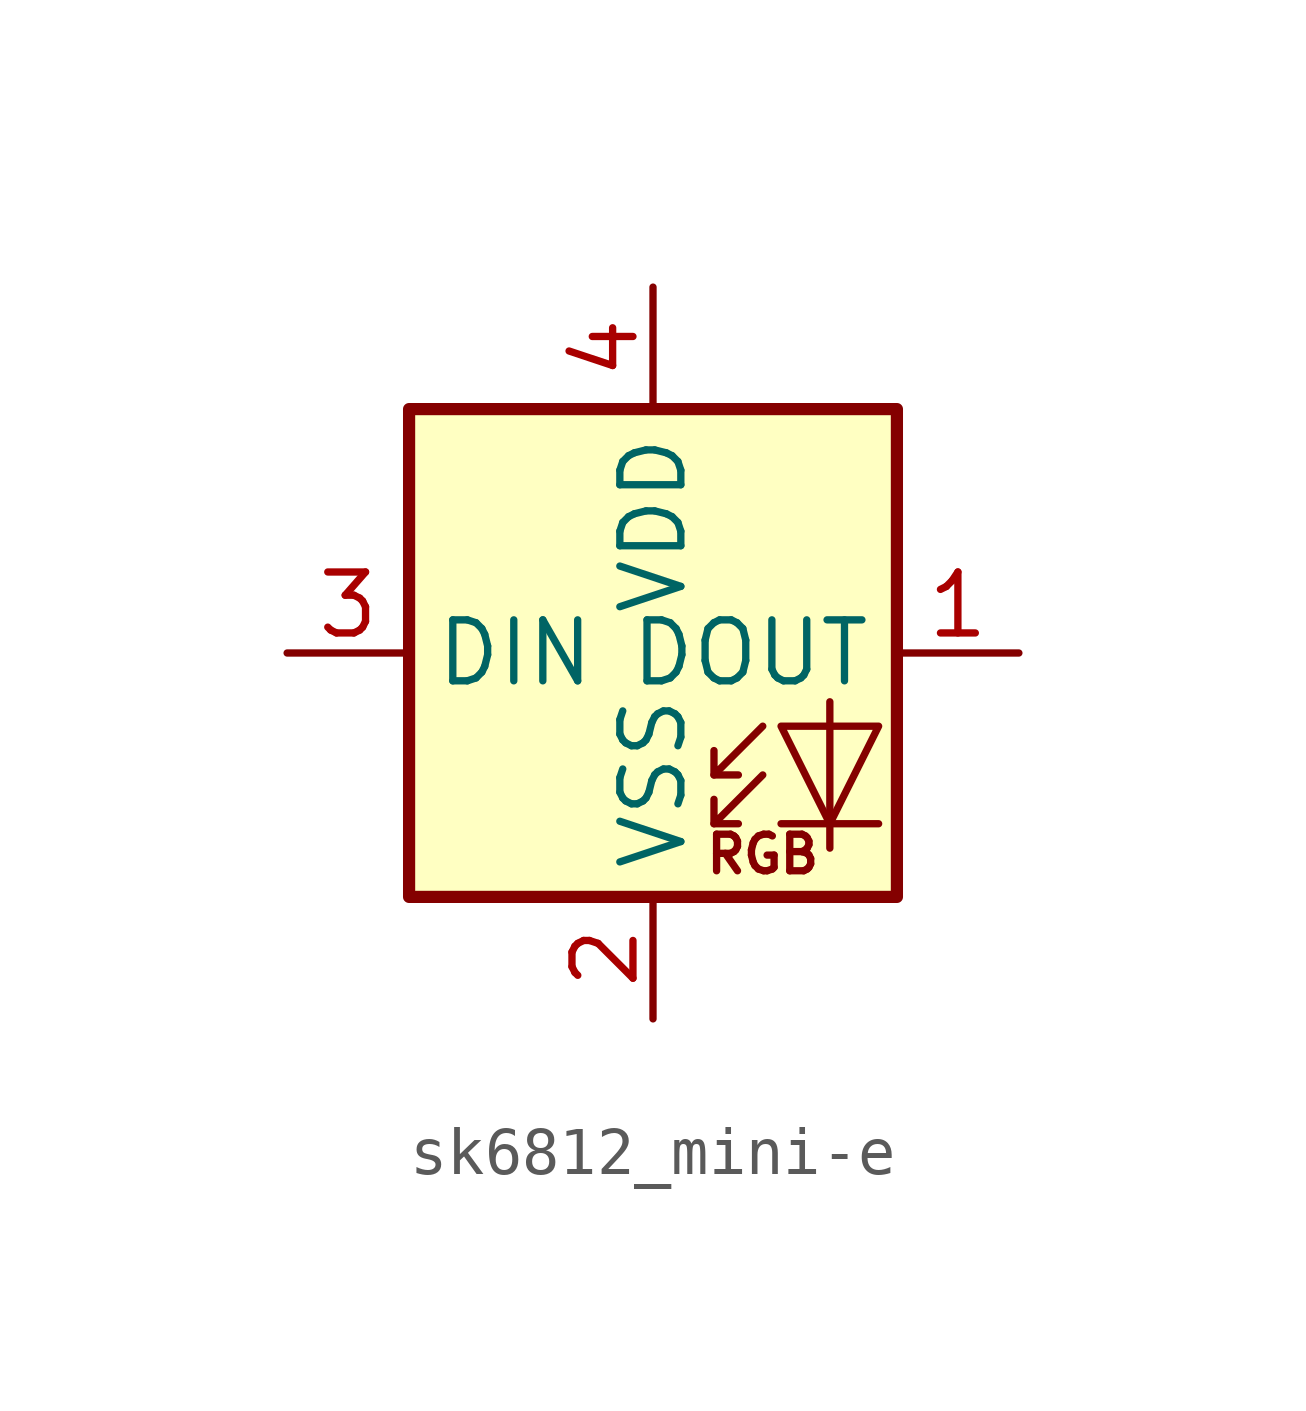
<source format=kicad_sym>
(kicad_symbol_lib
  (version 20241209)
  (generator "kicad_symbol_editor")
  (generator_version "9.0")
  (symbol "sk6812_mini-e"
    (property "Reference" "U"
      (at 0 0 0)
      (effects (font (size 1.27 1.27)) (hide yes)))
    (property "Value" ""
      (at 0 0 0)
      (effects (font (size 1.27 1.27))))
    (symbol "sk6812_mini-e_0_0"
      (text "RGB" (at 2.286 -4.191 0) (effects (font (size 0.762 0.762)))))
    (symbol "sk6812_mini-e_0_1"
      (polyline (pts (xy 1.27 -2.54) (xy 1.778 -2.54)) (stroke (width 0) (type default)) (fill (type none)))
      (polyline (pts (xy 1.27 -3.556) (xy 1.778 -3.556)) (stroke (width 0) (type default)) (fill (type none)))
      (polyline (pts (xy 2.286 -1.524) (xy 1.27 -2.54) (xy 1.27 -2.032)) (stroke (width 0) (type default)) (fill (type none)))
      (polyline (pts (xy 2.286 -2.54) (xy 1.27 -3.556) (xy 1.27 -3.048)) (stroke (width 0) (type default)) (fill (type none)))
      (polyline (pts (xy 3.683 -1.016) (xy 3.683 -3.556) (xy 3.683 -4.064)) (stroke (width 0) (type default)) (fill (type none)))
      (polyline (pts (xy 4.699 -1.524) (xy 2.667 -1.524) (xy 3.683 -3.556) (xy 4.699 -1.524)) (stroke (width 0) (type default)) (fill (type none)))
      (polyline (pts (xy 4.699 -3.556) (xy 2.667 -3.556)) (stroke (width 0) (type default)) (fill (type none)))
      (rectangle (start 5.08 5.08) (end -5.08 -5.08) (stroke (width 0.254) (type default)) (fill (type background))))
    (symbol "sk6812_mini-e_1_1"
      (pin input line (at -7.62 0 0) (length 2.54) (name "DIN" (effects (font (size 1.27 1.27)))) (number "3" (effects (font (size 1.27 1.27)))))
      (pin power_in line (at 0 7.62 270) (length 2.54) (name "VDD" (effects (font (size 1.27 1.27)))) (number "4" (effects (font (size 1.27 1.27)))))
      (pin power_in line (at 0 -7.62 90) (length 2.54) (name "VSS" (effects (font (size 1.27 1.27)))) (number "2" (effects (font (size 1.27 1.27)))))
      (pin output line (at 7.62 0 180) (length 2.54) (name "DOUT" (effects (font (size 1.27 1.27)))) (number "1" (effects (font (size 1.27 1.27))))))))
</source>
